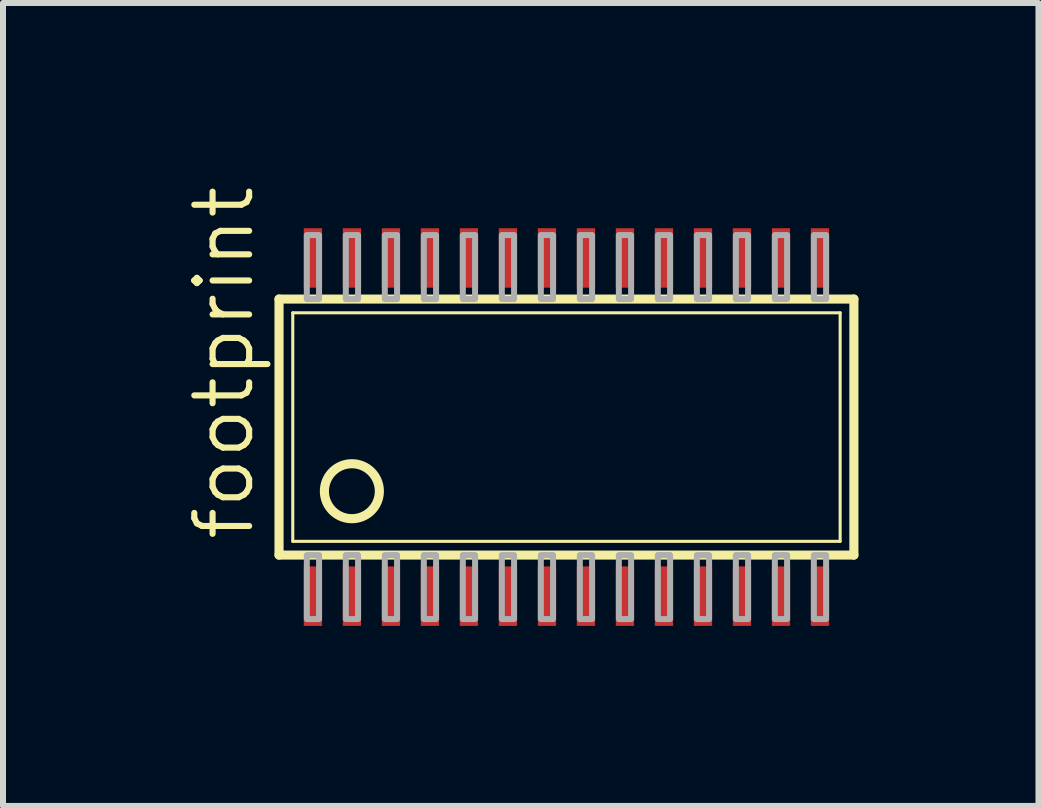
<source format=kicad_pcb>
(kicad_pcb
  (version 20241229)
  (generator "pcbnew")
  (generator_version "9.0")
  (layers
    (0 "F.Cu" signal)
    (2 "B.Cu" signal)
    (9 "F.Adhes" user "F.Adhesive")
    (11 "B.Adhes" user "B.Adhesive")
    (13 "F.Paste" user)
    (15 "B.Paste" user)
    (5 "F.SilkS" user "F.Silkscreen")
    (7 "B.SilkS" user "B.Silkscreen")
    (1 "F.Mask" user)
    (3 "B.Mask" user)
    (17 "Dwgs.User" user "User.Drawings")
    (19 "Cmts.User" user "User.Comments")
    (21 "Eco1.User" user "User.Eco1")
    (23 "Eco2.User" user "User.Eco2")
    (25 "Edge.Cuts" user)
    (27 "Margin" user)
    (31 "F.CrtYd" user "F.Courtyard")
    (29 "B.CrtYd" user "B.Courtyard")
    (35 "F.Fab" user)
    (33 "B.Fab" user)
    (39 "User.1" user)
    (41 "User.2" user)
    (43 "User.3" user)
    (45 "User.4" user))
  (footprint "footprint"
    (layer "F.Cu")
    (at 6.39 4.067)
    (property "Reference" "footprint" (at -5.171 1.933 90) (layer "F.SilkS") (effects (font (size 0.914 0.914) (thickness 0.102)) (justify left bottom)))
    (fp_line (start -4.79 2.133) (end -4.79 -2.133) (stroke (width 0.152) (type solid)) (layer "F.SilkS"))
    (fp_line (start -4.79 2.133) (end 4.79 2.133) (stroke (width 0.152) (type solid)) (layer "F.SilkS"))
    (fp_line (start -4.561 1.904) (end -4.561 -1.904) (stroke (width 0.051) (type solid)) (layer "F.SilkS"))
    (fp_line (start -4.561 1.904) (end 4.561 1.904) (stroke (width 0.051) (type solid)) (layer "F.SilkS"))
    (fp_line (start 4.561 -1.904) (end -4.561 -1.904) (stroke (width 0.051) (type solid)) (layer "F.SilkS"))
    (fp_line (start 4.561 -1.904) (end 4.561 1.904) (stroke (width 0.051) (type solid)) (layer "F.SilkS"))
    (fp_line (start 4.79 -2.133) (end -4.79 -2.133) (stroke (width 0.152) (type solid)) (layer "F.SilkS"))
    (fp_line (start 4.79 -2.133) (end 4.79 2.133) (stroke (width 0.152) (type solid)) (layer "F.SilkS"))
    (fp_circle (center -3.576 1.069) (end -3.118 1.069) (stroke (width 0.152) (type solid)) (fill no) (layer "F.SilkS"))
    (fp_poly (pts (xy -4.327 -2.133) (xy -4.123 -2.133) (xy -4.123 -3.2) (xy -4.327 -3.2)) (stroke (width 0.1) (type solid)) (fill no) (layer "F.Fab"))
    (fp_poly (pts (xy -4.327 3.2) (xy -4.123 3.2) (xy -4.123 2.133) (xy -4.327 2.133)) (stroke (width 0.1) (type solid)) (fill no) (layer "F.Fab"))
    (fp_poly (pts (xy -3.677 -2.133) (xy -3.473 -2.133) (xy -3.473 -3.2) (xy -3.677 -3.2)) (stroke (width 0.1) (type solid)) (fill no) (layer "F.Fab"))
    (fp_poly (pts (xy -3.677 3.2) (xy -3.473 3.2) (xy -3.473 2.133) (xy -3.677 2.133)) (stroke (width 0.1) (type solid)) (fill no) (layer "F.Fab"))
    (fp_poly (pts (xy -3.027 -2.133) (xy -2.823 -2.133) (xy -2.823 -3.2) (xy -3.027 -3.2)) (stroke (width 0.1) (type solid)) (fill no) (layer "F.Fab"))
    (fp_poly (pts (xy -3.027 3.2) (xy -2.823 3.2) (xy -2.823 2.133) (xy -3.027 2.133)) (stroke (width 0.1) (type solid)) (fill no) (layer "F.Fab"))
    (fp_poly (pts (xy -2.377 -2.133) (xy -2.173 -2.133) (xy -2.173 -3.2) (xy -2.377 -3.2)) (stroke (width 0.1) (type solid)) (fill no) (layer "F.Fab"))
    (fp_poly (pts (xy -2.377 3.2) (xy -2.173 3.2) (xy -2.173 2.133) (xy -2.377 2.133)) (stroke (width 0.1) (type solid)) (fill no) (layer "F.Fab"))
    (fp_poly (pts (xy -1.727 -2.133) (xy -1.523 -2.133) (xy -1.523 -3.2) (xy -1.727 -3.2)) (stroke (width 0.1) (type solid)) (fill no) (layer "F.Fab"))
    (fp_poly (pts (xy -1.727 3.2) (xy -1.523 3.2) (xy -1.523 2.133) (xy -1.727 2.133)) (stroke (width 0.1) (type solid)) (fill no) (layer "F.Fab"))
    (fp_poly (pts (xy -1.077 -2.133) (xy -0.873 -2.133) (xy -0.873 -3.2) (xy -1.077 -3.2)) (stroke (width 0.1) (type solid)) (fill no) (layer "F.Fab"))
    (fp_poly (pts (xy -1.077 3.2) (xy -0.873 3.2) (xy -0.873 2.133) (xy -1.077 2.133)) (stroke (width 0.1) (type solid)) (fill no) (layer "F.Fab"))
    (fp_poly (pts (xy -0.427 -2.133) (xy -0.223 -2.133) (xy -0.223 -3.2) (xy -0.427 -3.2)) (stroke (width 0.1) (type solid)) (fill no) (layer "F.Fab"))
    (fp_poly (pts (xy -0.427 3.2) (xy -0.223 3.2) (xy -0.223 2.133) (xy -0.427 2.133)) (stroke (width 0.1) (type solid)) (fill no) (layer "F.Fab"))
    (fp_poly (pts (xy 0.223 -2.133) (xy 0.427 -2.133) (xy 0.427 -3.2) (xy 0.223 -3.2)) (stroke (width 0.1) (type solid)) (fill no) (layer "F.Fab"))
    (fp_poly (pts (xy 0.223 3.2) (xy 0.427 3.2) (xy 0.427 2.133) (xy 0.223 2.133)) (stroke (width 0.1) (type solid)) (fill no) (layer "F.Fab"))
    (fp_poly (pts (xy 0.873 -2.133) (xy 1.077 -2.133) (xy 1.077 -3.2) (xy 0.873 -3.2)) (stroke (width 0.1) (type solid)) (fill no) (layer "F.Fab"))
    (fp_poly (pts (xy 0.873 3.2) (xy 1.077 3.2) (xy 1.077 2.133) (xy 0.873 2.133)) (stroke (width 0.1) (type solid)) (fill no) (layer "F.Fab"))
    (fp_poly (pts (xy 1.523 -2.133) (xy 1.727 -2.133) (xy 1.727 -3.2) (xy 1.523 -3.2)) (stroke (width 0.1) (type solid)) (fill no) (layer "F.Fab"))
    (fp_poly (pts (xy 1.523 3.2) (xy 1.727 3.2) (xy 1.727 2.133) (xy 1.523 2.133)) (stroke (width 0.1) (type solid)) (fill no) (layer "F.Fab"))
    (fp_poly (pts (xy 2.173 -2.133) (xy 2.377 -2.133) (xy 2.377 -3.2) (xy 2.173 -3.2)) (stroke (width 0.1) (type solid)) (fill no) (layer "F.Fab"))
    (fp_poly (pts (xy 2.173 3.2) (xy 2.377 3.2) (xy 2.377 2.133) (xy 2.173 2.133)) (stroke (width 0.1) (type solid)) (fill no) (layer "F.Fab"))
    (fp_poly (pts (xy 2.823 -2.133) (xy 3.027 -2.133) (xy 3.027 -3.2) (xy 2.823 -3.2)) (stroke (width 0.1) (type solid)) (fill no) (layer "F.Fab"))
    (fp_poly (pts (xy 2.823 3.2) (xy 3.027 3.2) (xy 3.027 2.133) (xy 2.823 2.133)) (stroke (width 0.1) (type solid)) (fill no) (layer "F.Fab"))
    (fp_poly (pts (xy 3.473 -2.133) (xy 3.677 -2.133) (xy 3.677 -3.2) (xy 3.473 -3.2)) (stroke (width 0.1) (type solid)) (fill no) (layer "F.Fab"))
    (fp_poly (pts (xy 3.473 3.2) (xy 3.677 3.2) (xy 3.677 2.133) (xy 3.473 2.133)) (stroke (width 0.1) (type solid)) (fill no) (layer "F.Fab"))
    (fp_poly (pts (xy 4.123 -2.133) (xy 4.327 -2.133) (xy 4.327 -3.2) (xy 4.123 -3.2)) (stroke (width 0.1) (type solid)) (fill no) (layer "F.Fab"))
    (fp_poly (pts (xy 4.123 3.2) (xy 4.327 3.2) (xy 4.327 2.133) (xy 4.123 2.133)) (stroke (width 0.1) (type solid)) (fill no) (layer "F.Fab"))
    (pad "1" smd rect (at -4.225 2.818) (size 0.305 0.991) (layers "F.Cu" "F.Mask" "F.Paste"))
    (pad "2" smd rect (at -3.575 2.818) (size 0.305 0.991) (layers "F.Cu" "F.Mask" "F.Paste"))
    (pad "3" smd rect (at -2.925 2.818) (size 0.305 0.991) (layers "F.Cu" "F.Mask" "F.Paste"))
    (pad "4" smd rect (at -2.275 2.818) (size 0.305 0.991) (layers "F.Cu" "F.Mask" "F.Paste"))
    (pad "5" smd rect (at -1.625 2.818) (size 0.305 0.991) (layers "F.Cu" "F.Mask" "F.Paste"))
    (pad "6" smd rect (at -0.975 2.818) (size 0.305 0.991) (layers "F.Cu" "F.Mask" "F.Paste"))
    (pad "7" smd rect (at -0.325 2.818) (size 0.305 0.991) (layers "F.Cu" "F.Mask" "F.Paste"))
    (pad "8" smd rect (at 0.325 2.818) (size 0.305 0.991) (layers "F.Cu" "F.Mask" "F.Paste"))
    (pad "9" smd rect (at 0.975 2.818) (size 0.305 0.991) (layers "F.Cu" "F.Mask" "F.Paste"))
    (pad "10" smd rect (at 1.625 2.818) (size 0.305 0.991) (layers "F.Cu" "F.Mask" "F.Paste"))
    (pad "11" smd rect (at 2.275 2.818) (size 0.305 0.991) (layers "F.Cu" "F.Mask" "F.Paste"))
    (pad "12" smd rect (at 2.925 2.818) (size 0.305 0.991) (layers "F.Cu" "F.Mask" "F.Paste"))
    (pad "13" smd rect (at 3.575 2.818) (size 0.305 0.991) (layers "F.Cu" "F.Mask" "F.Paste"))
    (pad "14" smd rect (at 4.225 2.818) (size 0.305 0.991) (layers "F.Cu" "F.Mask" "F.Paste"))
    (pad "15" smd rect (at 4.225 -2.818) (size 0.305 0.991) (layers "F.Cu" "F.Mask" "F.Paste"))
    (pad "16" smd rect (at 3.575 -2.818) (size 0.305 0.991) (layers "F.Cu" "F.Mask" "F.Paste"))
    (pad "17" smd rect (at 2.925 -2.818) (size 0.305 0.991) (layers "F.Cu" "F.Mask" "F.Paste"))
    (pad "18" smd rect (at 2.275 -2.818) (size 0.305 0.991) (layers "F.Cu" "F.Mask" "F.Paste"))
    (pad "19" smd rect (at 1.625 -2.818) (size 0.305 0.991) (layers "F.Cu" "F.Mask" "F.Paste"))
    (pad "20" smd rect (at 0.975 -2.818) (size 0.305 0.991) (layers "F.Cu" "F.Mask" "F.Paste"))
    (pad "21" smd rect (at 0.325 -2.818) (size 0.305 0.991) (layers "F.Cu" "F.Mask" "F.Paste"))
    (pad "22" smd rect (at -0.325 -2.818) (size 0.305 0.991) (layers "F.Cu" "F.Mask" "F.Paste"))
    (pad "23" smd rect (at -0.975 -2.818) (size 0.305 0.991) (layers "F.Cu" "F.Mask" "F.Paste"))
    (pad "24" smd rect (at -1.625 -2.818) (size 0.305 0.991) (layers "F.Cu" "F.Mask" "F.Paste"))
    (pad "25" smd rect (at -2.275 -2.818) (size 0.305 0.991) (layers "F.Cu" "F.Mask" "F.Paste"))
    (pad "26" smd rect (at -2.925 -2.818) (size 0.305 0.991) (layers "F.Cu" "F.Mask" "F.Paste"))
    (pad "27" smd rect (at -3.575 -2.818) (size 0.305 0.991) (layers "F.Cu" "F.Mask" "F.Paste"))
    (pad "28" smd rect (at -4.225 -2.818) (size 0.305 0.991) (layers "F.Cu" "F.Mask" "F.Paste")))
  (gr_rect
    (start -3 -3)
    (end 14.256 10.381)
    (stroke (width 0.1) (type default))
    (fill no)
    (layer "Edge.Cuts")))
</source>
